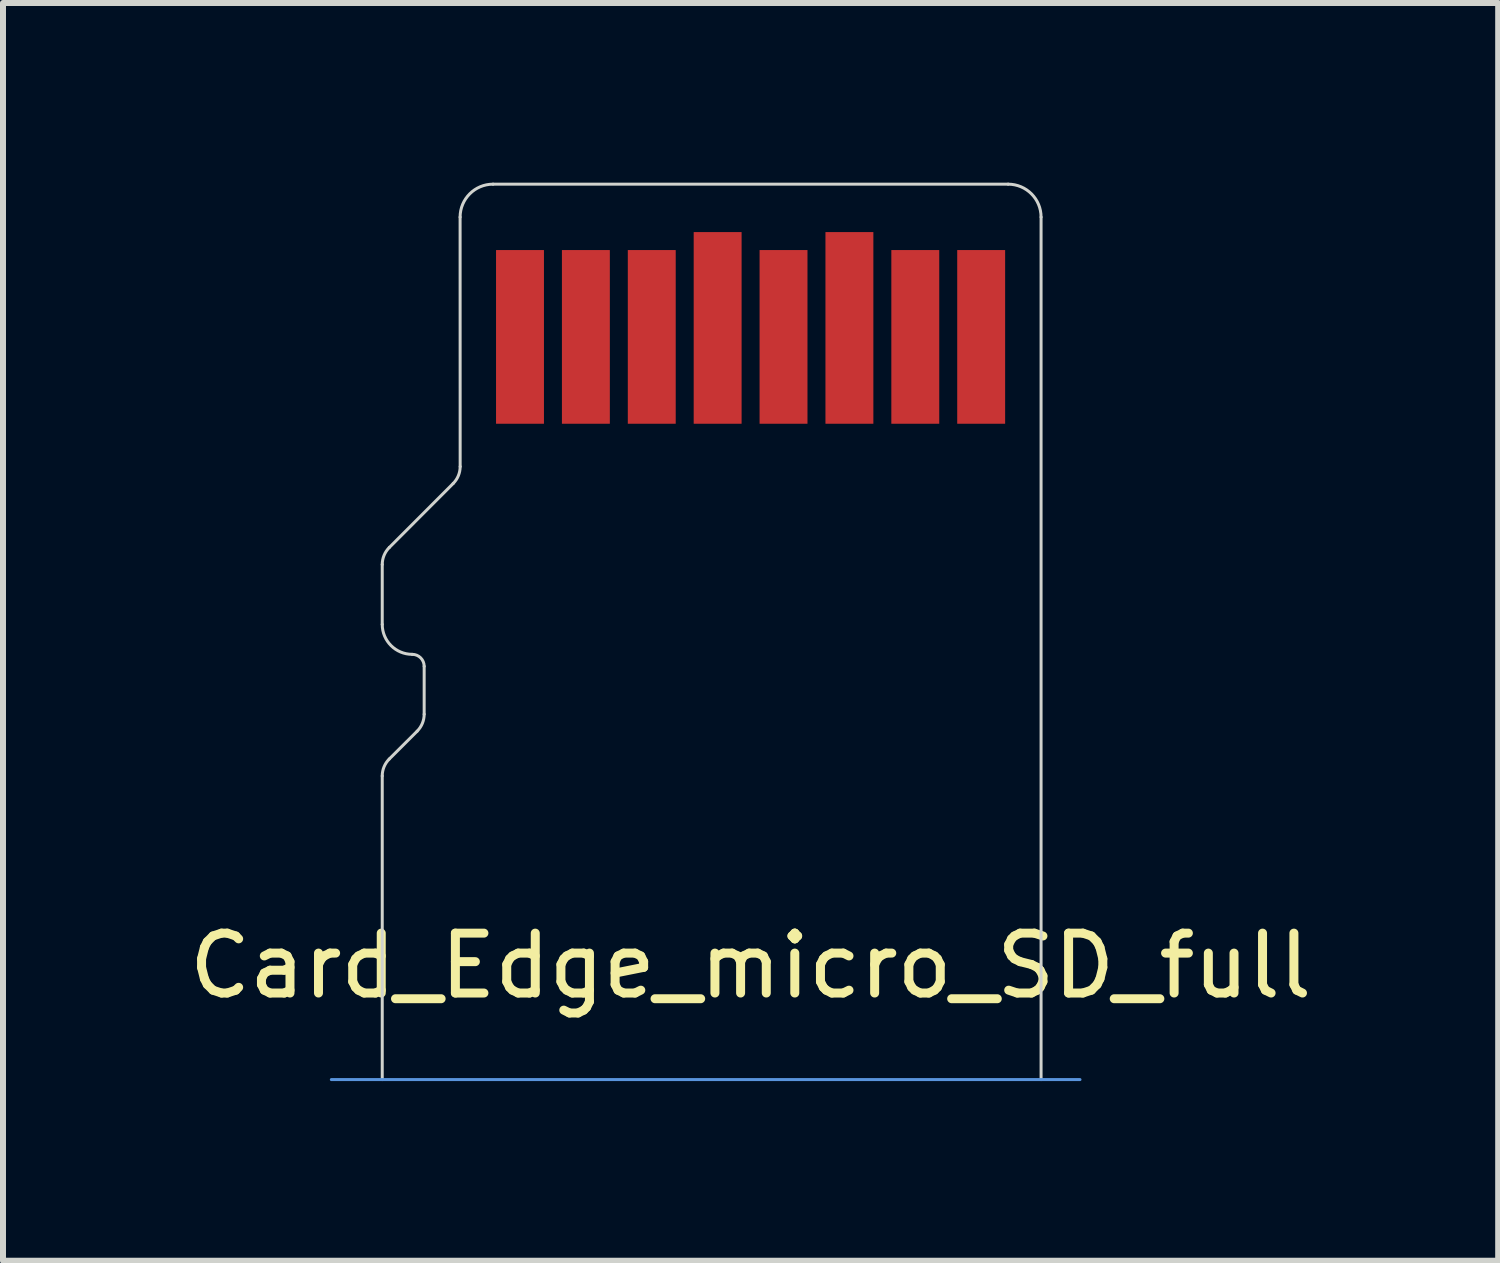
<source format=kicad_pcb>
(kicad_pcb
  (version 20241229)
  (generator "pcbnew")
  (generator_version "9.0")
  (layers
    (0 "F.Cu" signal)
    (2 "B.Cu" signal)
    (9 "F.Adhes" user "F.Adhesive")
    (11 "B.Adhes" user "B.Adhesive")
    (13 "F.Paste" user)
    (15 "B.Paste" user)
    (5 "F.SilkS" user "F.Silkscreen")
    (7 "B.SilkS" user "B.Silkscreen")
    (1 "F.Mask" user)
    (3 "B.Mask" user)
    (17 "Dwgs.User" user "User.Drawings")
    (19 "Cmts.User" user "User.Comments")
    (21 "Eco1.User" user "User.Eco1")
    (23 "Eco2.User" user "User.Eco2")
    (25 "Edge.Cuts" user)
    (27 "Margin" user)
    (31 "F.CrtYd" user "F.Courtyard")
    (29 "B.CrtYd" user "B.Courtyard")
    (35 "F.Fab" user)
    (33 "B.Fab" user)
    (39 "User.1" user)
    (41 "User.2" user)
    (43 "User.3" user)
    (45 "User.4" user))
  (footprint "Card_Edge_micro_SD_full"
    (layer "F.Cu")
    (at 9.482 2.575)
    (property "Reference" "Card_Edge_micro_SD_full" (at 0 10.5 0) (layer "F.SilkS") (effects (font (size 1 1) (thickness 0.15))))
    (attr through_hole)
    (fp_line (start -7 12.4) (end 5.5 12.4) (stroke (width 0.05) (type solid)) (layer "Cmts.User"))
    (fp_line (start -6.15 7.331) (end -6.15 12.4) (stroke (width 0.05) (type solid)) (layer "Edge.Cuts"))
    (fp_line (start -6.15 3.8) (end -6.15 4.8) (stroke (width 0.05) (type solid)) (layer "Edge.Cuts"))
    (fp_line (start -5.567 6.583) (end -6.033 7.048) (stroke (width 0.05) (type solid)) (layer "Edge.Cuts"))
    (fp_line (start -5.45 5.5) (end -5.45 6.3) (stroke (width 0.05) (type solid)) (layer "Edge.Cuts"))
    (fp_line (start -4.966 2.448) (end -6.033 3.517) (stroke (width 0.05) (type solid)) (layer "Edge.Cuts"))
    (fp_line (start -4.85 -2) (end -4.849 2.165) (stroke (width 0.05) (type solid)) (layer "Edge.Cuts"))
    (fp_line (start -4.3 -2.55) (end 4.3 -2.55) (stroke (width 0.05) (type solid)) (layer "Edge.Cuts"))
    (fp_line (start 4.85 -2) (end 4.85 12.4) (stroke (width 0.05) (type solid)) (layer "Edge.Cuts"))
    (fp_arc (start -6.150157 7.330843) (mid -6.119709 7.17777) (end -6.033 7.048) (stroke (width 0.05) (type solid)) (layer "Edge.Cuts"))
    (fp_arc (start -6.15 3.8) (mid -6.119552 3.646927) (end -6.032843 3.517157) (stroke (width 0.05) (type solid)) (layer "Edge.Cuts"))
    (fp_arc (start -5.65 5.3) (mid -6.003553 5.153553) (end -6.15 4.8) (stroke (width 0.05) (type solid)) (layer "Edge.Cuts"))
    (fp_arc (start -5.65 5.3) (mid -5.508579 5.358579) (end -5.45 5.5) (stroke (width 0.05) (type solid)) (layer "Edge.Cuts"))
    (fp_arc (start -5.45 6.3) (mid -5.480448 6.453073) (end -5.567157 6.582843) (stroke (width 0.05) (type solid)) (layer "Edge.Cuts"))
    (fp_arc (start -4.85 -2) (mid -4.688909 -2.388909) (end -4.3 -2.55) (stroke (width 0.05) (type solid)) (layer "Edge.Cuts"))
    (fp_arc (start -4.849 2.165) (mid -4.879448 2.318073) (end -4.966157 2.447843) (stroke (width 0.05) (type solid)) (layer "Edge.Cuts"))
    (fp_arc (start 4.3 -2.55) (mid 4.688909 -2.388909) (end 4.85 -2) (stroke (width 0.05) (type solid)) (layer "Edge.Cuts"))
    (pad "1" smd rect (at -3.85 0) (size 0.8 2.9) (layers "F.Cu" "F.Mask"))
    (pad "2" smd rect (at -2.75 0) (size 0.8 2.9) (layers "F.Cu" "F.Mask"))
    (pad "3" smd rect (at -1.65 0) (size 0.8 2.9) (layers "F.Cu" "F.Mask"))
    (pad "4" smd rect (at -0.55 -0.15) (size 0.8 3.2) (layers "F.Cu" "F.Mask"))
    (pad "5" smd rect (at 0.55 0) (size 0.8 2.9) (layers "F.Cu" "F.Mask"))
    (pad "6" smd rect (at 1.65 -0.15) (size 0.8 3.2) (layers "F.Cu" "F.Mask"))
    (pad "7" smd rect (at 2.75 0) (size 0.8 2.9) (layers "F.Cu" "F.Mask"))
    (pad "8" smd rect (at 3.85 0) (size 0.8 2.9) (layers "F.Cu" "F.Mask")))
  (gr_rect
    (start -3 -3)
    (end 21.964 18)
    (stroke (width 0.1) (type default))
    (fill no)
    (layer "Edge.Cuts")))
</source>
